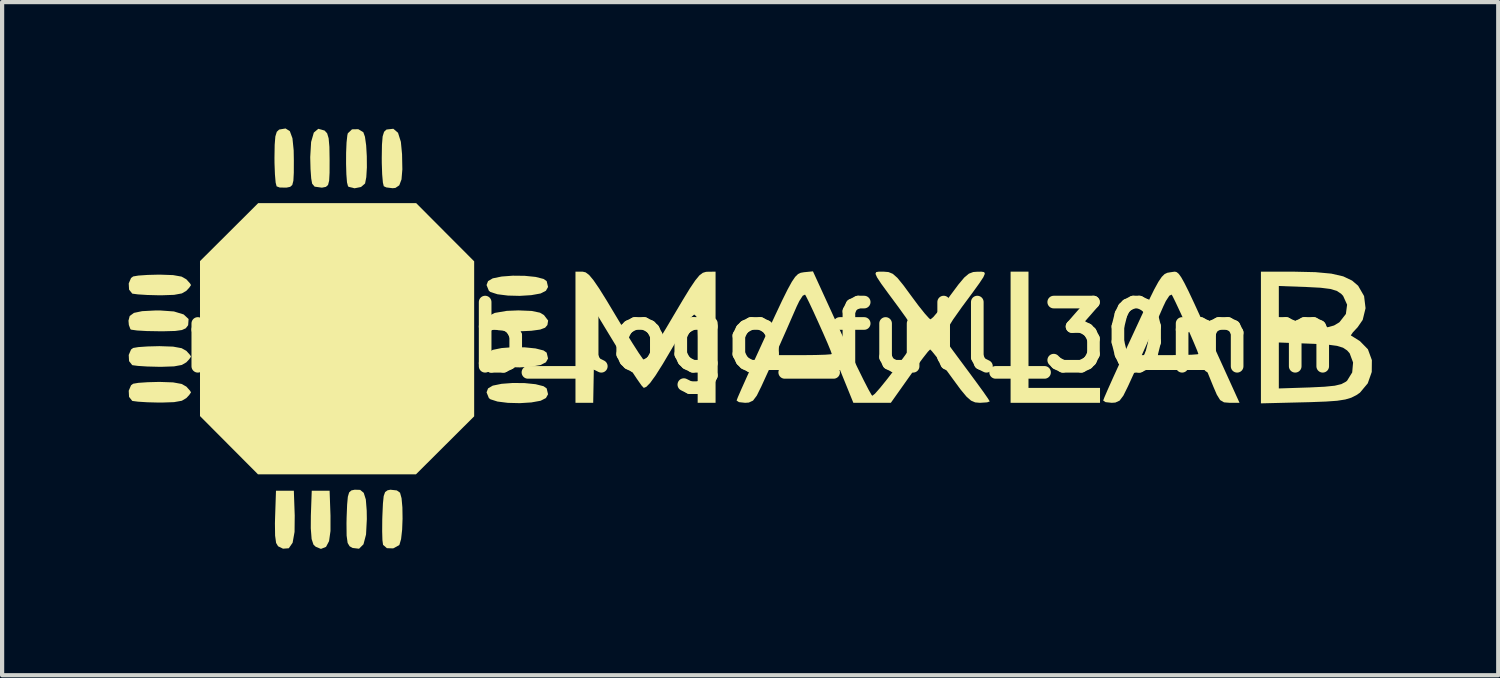
<source format=kicad_pcb>
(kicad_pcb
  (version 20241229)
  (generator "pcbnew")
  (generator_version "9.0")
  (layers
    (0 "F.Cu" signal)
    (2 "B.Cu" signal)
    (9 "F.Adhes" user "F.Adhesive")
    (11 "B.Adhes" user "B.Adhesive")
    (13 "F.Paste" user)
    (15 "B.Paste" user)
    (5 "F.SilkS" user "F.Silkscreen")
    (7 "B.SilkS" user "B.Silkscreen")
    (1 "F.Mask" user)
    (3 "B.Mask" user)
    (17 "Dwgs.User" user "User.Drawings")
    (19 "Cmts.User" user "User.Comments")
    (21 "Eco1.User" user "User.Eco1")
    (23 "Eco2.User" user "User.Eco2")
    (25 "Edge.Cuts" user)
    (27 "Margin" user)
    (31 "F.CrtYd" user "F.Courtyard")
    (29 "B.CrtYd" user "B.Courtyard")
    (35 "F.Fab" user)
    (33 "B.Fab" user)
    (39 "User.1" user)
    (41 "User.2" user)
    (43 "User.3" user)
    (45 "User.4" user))
  (footprint "maxlab_logo_full_30mm"
    (layer "F.Cu")
    (at 14.999 4.956)
    (property "Reference" "maxlab_logo_full_30mm" (at 0 0 0) (layer "F.SilkS") (effects (font (size 1.524 1.524) (thickness 0.3))))
    (attr board_only exclude_from_pos_files exclude_from_bom)
    (fp_poly (pts (xy 6.368 1.203) (xy 8.066 1.203) (xy 8.066 1.557) (xy 5.943 1.557) (xy 5.943 -1.557) (xy 6.368 -1.557)) (stroke (width 0) (type solid)) (fill yes) (layer "F.SilkS"))
    (fp_poly (pts (xy -7.481 -2.493) (xy -6.792 -1.802) (xy -6.792 1.878) (xy -8.174 3.255) (xy -11.924 3.255) (xy -12.613 2.563) (xy -13.301 1.872) (xy -13.301 -1.807) (xy -12.61 -2.495) (xy -11.919 -3.184) (xy -8.169 -3.184)) (stroke (width 0) (type solid)) (fill yes) (layer "F.SilkS"))
    (fp_poly (pts (xy -11.052 4.234) (xy -11.056 4.622) (xy -11.102 4.879) (xy -11.193 5.01) (xy -11.33 5.02) (xy -11.447 4.963) (xy -11.494 4.884) (xy -11.518 4.709) (xy -11.522 4.418) (xy -11.518 4.275) (xy -11.497 3.644) (xy -11.073 3.644)) (stroke (width 0) (type solid)) (fill yes) (layer "F.SilkS"))
    (fp_poly (pts (xy -10.203 4.234) (xy -10.203 4.599) (xy -10.237 4.841) (xy -10.309 4.977) (xy -10.424 5.023) (xy -10.436 5.023) (xy -10.554 4.974) (xy -10.607 4.924) (xy -10.651 4.791) (xy -10.671 4.535) (xy -10.669 4.234) (xy -10.648 3.644) (xy -10.224 3.644)) (stroke (width 0) (type solid)) (fill yes) (layer "F.SilkS"))
    (fp_poly (pts (xy -5.592 -1.458) (xy -5.335 -1.432) (xy -5.145 -1.384) (xy -5.071 -1.333) (xy -5.038 -1.193) (xy -5.089 -1.103) (xy -5.214 -1.039) (xy -5.435 -0.999) (xy -5.709 -0.982) (xy -5.991 -0.989) (xy -6.238 -1.02) (xy -6.407 -1.074) (xy -6.443 -1.103) (xy -6.498 -1.239) (xy -6.462 -1.333) (xy -6.351 -1.398) (xy -6.141 -1.441) (xy -5.874 -1.461)) (stroke (width 0) (type solid)) (fill yes) (layer "F.SilkS"))
    (fp_poly (pts (xy -5.592 0.24) (xy -5.335 0.266) (xy -5.145 0.314) (xy -5.071 0.366) (xy -5.038 0.505) (xy -5.089 0.595) (xy -5.214 0.659) (xy -5.435 0.699) (xy -5.709 0.716) (xy -5.991 0.709) (xy -6.238 0.678) (xy -6.407 0.624) (xy -6.443 0.595) (xy -6.498 0.459) (xy -6.462 0.366) (xy -6.351 0.3) (xy -6.141 0.257) (xy -5.874 0.237)) (stroke (width 0) (type solid)) (fill yes) (layer "F.SilkS"))
    (fp_poly (pts (xy -5.592 1.089) (xy -5.335 1.115) (xy -5.145 1.163) (xy -5.071 1.215) (xy -5.038 1.354) (xy -5.089 1.444) (xy -5.214 1.508) (xy -5.435 1.548) (xy -5.709 1.565) (xy -5.991 1.558) (xy -6.238 1.527) (xy -6.407 1.473) (xy -6.443 1.444) (xy -6.498 1.308) (xy -6.462 1.215) (xy -6.351 1.149) (xy -6.141 1.106) (xy -5.874 1.086)) (stroke (width 0) (type solid)) (fill yes) (layer "F.SilkS"))
    (fp_poly (pts (xy -5.428 -0.624) (xy -5.23 -0.583) (xy -5.135 -0.526) (xy -5.036 -0.396) (xy -5.053 -0.291) (xy -5.108 -0.226) (xy -5.224 -0.182) (xy -5.437 -0.153) (xy -5.704 -0.141) (xy -5.98 -0.146) (xy -6.222 -0.167) (xy -6.387 -0.204) (xy -6.424 -0.226) (xy -6.515 -0.373) (xy -6.473 -0.491) (xy -6.305 -0.577) (xy -6.017 -0.626) (xy -5.741 -0.637)) (stroke (width 0) (type solid)) (fill yes) (layer "F.SilkS"))
    (fp_poly (pts (xy -9.499 3.624) (xy -9.414 3.694) (xy -9.364 3.852) (xy -9.343 4.117) (xy -9.34 4.319) (xy -9.359 4.684) (xy -9.42 4.916) (xy -9.525 5.021) (xy -9.677 5.003) (xy -9.749 4.963) (xy -9.796 4.884) (xy -9.82 4.709) (xy -9.823 4.418) (xy -9.82 4.275) (xy -9.808 3.974) (xy -9.791 3.787) (xy -9.76 3.684) (xy -9.707 3.637) (xy -9.63 3.62)) (stroke (width 0) (type solid)) (fill yes) (layer "F.SilkS"))
    (fp_poly (pts (xy -9.424 -4.868) (xy -9.385 -4.76) (xy -9.356 -4.555) (xy -9.341 -4.297) (xy -9.339 -4.031) (xy -9.353 -3.799) (xy -9.382 -3.65) (xy -9.478 -3.567) (xy -9.632 -3.536) (xy -9.77 -3.57) (xy -9.787 -3.585) (xy -9.811 -3.676) (xy -9.826 -3.867) (xy -9.833 -4.115) (xy -9.832 -4.381) (xy -9.822 -4.621) (xy -9.803 -4.794) (xy -9.792 -4.841) (xy -9.692 -4.936) (xy -9.543 -4.939)) (stroke (width 0) (type solid)) (fill yes) (layer "F.SilkS"))
    (fp_poly (pts (xy -8.6 -4.854) (xy -8.532 -4.638) (xy -8.504 -4.345) (xy -8.497 -3.986) (xy -8.517 -3.747) (xy -8.57 -3.606) (xy -8.661 -3.545) (xy -8.727 -3.538) (xy -8.876 -3.556) (xy -8.938 -3.585) (xy -8.959 -3.672) (xy -8.976 -3.866) (xy -8.985 -4.132) (xy -8.986 -4.259) (xy -8.981 -4.57) (xy -8.965 -4.767) (xy -8.931 -4.877) (xy -8.877 -4.928) (xy -8.87 -4.931) (xy -8.711 -4.949)) (stroke (width 0) (type solid)) (fill yes) (layer "F.SilkS"))
    (fp_poly (pts (xy -13.92 -0.612) (xy -13.689 -0.541) (xy -13.572 -0.432) (xy -13.582 -0.289) (xy -13.587 -0.279) (xy -13.639 -0.212) (xy -13.73 -0.171) (xy -13.888 -0.149) (xy -14.146 -0.142) (xy -14.283 -0.142) (xy -14.567 -0.147) (xy -14.795 -0.16) (xy -14.931 -0.179) (xy -14.952 -0.189) (xy -14.99 -0.291) (xy -14.999 -0.393) (xy -14.97 -0.504) (xy -14.869 -0.578) (xy -14.674 -0.619) (xy -14.365 -0.635) (xy -14.255 -0.636)) (stroke (width 0) (type solid)) (fill yes) (layer "F.SilkS"))
    (fp_poly (pts (xy -8.628 3.637) (xy -8.552 3.691) (xy -8.516 3.821) (xy -8.496 4.04) (xy -8.492 4.305) (xy -8.502 4.57) (xy -8.527 4.792) (xy -8.566 4.926) (xy -8.575 4.938) (xy -8.715 5.013) (xy -8.864 5.008) (xy -8.955 4.929) (xy -8.97 4.818) (xy -8.976 4.606) (xy -8.974 4.331) (xy -8.971 4.239) (xy -8.958 3.949) (xy -8.94 3.771) (xy -8.906 3.675) (xy -8.848 3.634) (xy -8.781 3.62)) (stroke (width 0) (type solid)) (fill yes) (layer "F.SilkS"))
    (fp_poly (pts (xy -11.168 -4.892) (xy -11.106 -4.723) (xy -11.077 -4.437) (xy -11.073 -4.202) (xy -11.074 -3.903) (xy -11.084 -3.716) (xy -11.11 -3.615) (xy -11.16 -3.57) (xy -11.242 -3.553) (xy -11.252 -3.552) (xy -11.407 -3.554) (xy -11.482 -3.582) (xy -11.505 -3.671) (xy -11.522 -3.866) (xy -11.532 -4.132) (xy -11.533 -4.259) (xy -11.528 -4.57) (xy -11.512 -4.767) (xy -11.478 -4.877) (xy -11.424 -4.928) (xy -11.417 -4.931) (xy -11.27 -4.956)) (stroke (width 0) (type solid)) (fill yes) (layer "F.SilkS"))
    (fp_poly (pts (xy -10.344 -4.907) (xy -10.342 -4.905) (xy -10.283 -4.842) (xy -10.247 -4.723) (xy -10.229 -4.519) (xy -10.224 -4.203) (xy -10.224 -4.202) (xy -10.225 -3.903) (xy -10.235 -3.716) (xy -10.261 -3.615) (xy -10.311 -3.57) (xy -10.394 -3.553) (xy -10.409 -3.551) (xy -10.58 -3.575) (xy -10.639 -3.646) (xy -10.661 -3.771) (xy -10.677 -3.992) (xy -10.684 -4.261) (xy -10.684 -4.278) (xy -10.663 -4.635) (xy -10.599 -4.858) (xy -10.493 -4.948)) (stroke (width 0) (type solid)) (fill yes) (layer "F.SilkS"))
    (fp_poly (pts (xy -13.94 -1.475) (xy -13.738 -1.439) (xy -13.625 -1.375) (xy -13.537 -1.277) (xy -13.514 -1.238) (xy -13.557 -1.175) (xy -13.625 -1.102) (xy -13.732 -1.04) (xy -13.917 -1.006) (xy -14.207 -0.996) (xy -14.279 -0.996) (xy -14.552 -1.003) (xy -14.773 -1.017) (xy -14.902 -1.034) (xy -14.911 -1.037) (xy -14.985 -1.131) (xy -14.993 -1.277) (xy -14.938 -1.406) (xy -14.888 -1.443) (xy -14.764 -1.464) (xy -14.545 -1.479) (xy -14.276 -1.486) (xy -14.256 -1.486)) (stroke (width 0) (type solid)) (fill yes) (layer "F.SilkS"))
    (fp_poly (pts (xy -13.94 0.223) (xy -13.738 0.26) (xy -13.625 0.323) (xy -13.537 0.421) (xy -13.514 0.46) (xy -13.557 0.523) (xy -13.625 0.596) (xy -13.732 0.658) (xy -13.917 0.692) (xy -14.207 0.702) (xy -14.279 0.702) (xy -14.552 0.695) (xy -14.773 0.681) (xy -14.902 0.664) (xy -14.911 0.661) (xy -14.985 0.567) (xy -14.993 0.421) (xy -14.938 0.292) (xy -14.888 0.255) (xy -14.764 0.234) (xy -14.545 0.219) (xy -14.276 0.212) (xy -14.256 0.212)) (stroke (width 0) (type solid)) (fill yes) (layer "F.SilkS"))
    (fp_poly (pts (xy -13.94 1.072) (xy -13.738 1.109) (xy -13.625 1.172) (xy -13.537 1.27) (xy -13.514 1.309) (xy -13.557 1.372) (xy -13.625 1.445) (xy -13.732 1.508) (xy -13.917 1.541) (xy -14.207 1.551) (xy -14.279 1.551) (xy -14.552 1.544) (xy -14.773 1.53) (xy -14.902 1.513) (xy -14.911 1.51) (xy -14.985 1.416) (xy -14.993 1.27) (xy -14.938 1.141) (xy -14.888 1.104) (xy -14.764 1.083) (xy -14.545 1.068) (xy -14.276 1.061) (xy -14.256 1.061)) (stroke (width 0) (type solid)) (fill yes) (layer "F.SilkS"))
    (fp_poly (pts (xy -4.146 -1.54) (xy -4.064 -1.479) (xy -3.962 -1.357) (xy -3.826 -1.159) (xy -3.645 -0.869) (xy -3.422 -0.497) (xy -3.215 -0.152) (xy -3.031 0.146) (xy -2.882 0.378) (xy -2.781 0.523) (xy -2.743 0.564) (xy -2.692 0.507) (xy -2.583 0.346) (xy -2.429 0.103) (xy -2.241 -0.205) (xy -2.071 -0.493) (xy -1.842 -0.879) (xy -1.671 -1.159) (xy -1.542 -1.35) (xy -1.445 -1.468) (xy -1.365 -1.529) (xy -1.29 -1.552) (xy -1.256 -1.554) (xy -1.061 -1.557) (xy -1.061 1.557) (xy -1.486 1.557) (xy -1.486 0.445) (xy -1.486 -0.005) (xy -1.493 -0.317) (xy -1.517 -0.494) (xy -1.569 -0.539) (xy -1.658 -0.457) (xy -1.794 -0.249) (xy -1.987 0.08) (xy -2.085 0.248) (xy -2.313 0.634) (xy -2.486 0.908) (xy -2.614 1.085) (xy -2.705 1.178) (xy -2.765 1.203) (xy -2.819 1.145) (xy -2.93 0.987) (xy -3.087 0.75) (xy -3.273 0.453) (xy -3.373 0.289) (xy -3.927 -0.624) (xy -3.946 0.466) (xy -3.966 1.557) (xy -4.387 1.557) (xy -4.387 -1.557) (xy -4.218 -1.557)) (stroke (width 0) (type solid)) (fill yes) (layer "F.SilkS"))
    (fp_poly (pts (xy 9.887 -1.545) (xy 9.935 -1.505) (xy 9.993 -1.424) (xy 10.069 -1.289) (xy 10.17 -1.087) (xy 10.302 -0.806) (xy 10.473 -0.433) (xy 10.69 0.044) (xy 10.936 0.584) (xy 11.378 1.557) (xy 11.145 1.557) (xy 11.01 1.546) (xy 10.918 1.492) (xy 10.839 1.364) (xy 10.754 1.167) (xy 10.596 0.778) (xy 8.907 0.778) (xy 8.729 1.167) (xy 8.62 1.387) (xy 8.531 1.505) (xy 8.43 1.551) (xy 8.344 1.557) (xy 8.198 1.541) (xy 8.141 1.503) (xy 8.17 1.427) (xy 8.251 1.24) (xy 8.375 0.963) (xy 8.534 0.614) (xy 8.62 0.425) (xy 9.058 0.425) (xy 9.729 0.425) (xy 10.018 0.422) (xy 10.244 0.415) (xy 10.378 0.405) (xy 10.401 0.398) (xy 10.373 0.318) (xy 10.3 0.143) (xy 10.198 -0.093) (xy 10.08 -0.356) (xy 9.962 -0.613) (xy 9.86 -0.83) (xy 9.789 -0.974) (xy 9.766 -1.012) (xy 9.712 -0.986) (xy 9.629 -0.859) (xy 9.567 -0.729) (xy 9.452 -0.466) (xy 9.317 -0.159) (xy 9.239 0.018) (xy 9.058 0.425) (xy 8.62 0.425) (xy 8.718 0.211) (xy 8.832 -0.035) (xy 9.052 -0.51) (xy 9.223 -0.871) (xy 9.353 -1.135) (xy 9.453 -1.317) (xy 9.532 -1.433) (xy 9.599 -1.499) (xy 9.664 -1.53) (xy 9.735 -1.542) (xy 9.736 -1.542) (xy 9.795 -1.551) (xy 9.843 -1.557)) (stroke (width 0) (type solid)) (fill yes) (layer "F.SilkS"))
    (fp_poly (pts (xy 12.682 -1.556) (xy 13.178 -1.545) (xy 13.557 -1.51) (xy 13.84 -1.445) (xy 14.05 -1.345) (xy 14.194 -1.222) (xy 14.335 -0.977) (xy 14.37 -0.689) (xy 14.302 -0.411) (xy 14.182 -0.237) (xy 14.069 -0.116) (xy 14.021 -0.046) (xy 14.022 -0.042) (xy 14.091 0.001) (xy 14.228 0.087) (xy 14.235 0.091) (xy 14.426 0.286) (xy 14.52 0.543) (xy 14.517 0.825) (xy 14.422 1.095) (xy 14.236 1.317) (xy 14.15 1.376) (xy 14.03 1.436) (xy 13.889 1.478) (xy 13.698 1.508) (xy 13.431 1.527) (xy 13.06 1.541) (xy 12.895 1.545) (xy 11.886 1.57) (xy 11.886 0.125) (xy 12.311 0.125) (xy 12.311 1.216) (xy 13.047 1.192) (xy 13.398 1.175) (xy 13.638 1.151) (xy 13.796 1.113) (xy 13.903 1.056) (xy 13.931 1.033) (xy 14.053 0.836) (xy 14.074 0.6) (xy 13.993 0.382) (xy 13.932 0.313) (xy 13.836 0.249) (xy 13.693 0.205) (xy 13.476 0.176) (xy 13.155 0.157) (xy 13.048 0.153) (xy 12.311 0.125) (xy 11.886 0.125) (xy 11.886 -1.216) (xy 12.311 -1.216) (xy 12.311 -0.212) (xy 12.938 -0.212) (xy 13.258 -0.217) (xy 13.474 -0.238) (xy 13.622 -0.279) (xy 13.739 -0.349) (xy 13.752 -0.359) (xy 13.903 -0.552) (xy 13.932 -0.773) (xy 13.837 -0.982) (xy 13.789 -1.033) (xy 13.685 -1.101) (xy 13.533 -1.146) (xy 13.301 -1.175) (xy 12.976 -1.192) (xy 12.311 -1.216) (xy 11.886 -1.216) (xy 11.886 -1.557)) (stroke (width 0) (type solid)) (fill yes) (layer "F.SilkS"))
    (fp_poly (pts (xy 1.924 -0.095) (xy 2.12 0.325) (xy 2.298 0.701) (xy 2.451 1.012) (xy 2.569 1.241) (xy 2.642 1.369) (xy 2.661 1.39) (xy 2.722 1.342) (xy 2.847 1.2) (xy 3.019 0.987) (xy 3.22 0.725) (xy 3.433 0.436) (xy 3.641 0.142) (xy 3.708 0.044) (xy 3.706 -0.045) (xy 3.625 -0.212) (xy 3.459 -0.466) (xy 3.28 -0.715) (xy 3.038 -1.042) (xy 2.871 -1.271) (xy 2.773 -1.42) (xy 2.735 -1.506) (xy 2.752 -1.546) (xy 2.815 -1.557) (xy 2.917 -1.557) (xy 2.925 -1.557) (xy 3.045 -1.547) (xy 3.147 -1.505) (xy 3.256 -1.409) (xy 3.397 -1.236) (xy 3.577 -0.991) (xy 3.756 -0.75) (xy 3.907 -0.561) (xy 4.011 -0.446) (xy 4.043 -0.425) (xy 4.107 -0.478) (xy 4.231 -0.623) (xy 4.396 -0.834) (xy 4.509 -0.989) (xy 4.704 -1.251) (xy 4.843 -1.417) (xy 4.953 -1.509) (xy 5.056 -1.548) (xy 5.151 -1.555) (xy 5.252 -1.556) (xy 5.315 -1.546) (xy 5.332 -1.508) (xy 5.296 -1.424) (xy 5.199 -1.278) (xy 5.035 -1.051) (xy 4.795 -0.727) (xy 4.793 -0.725) (xy 4.576 -0.418) (xy 4.43 -0.181) (xy 4.361 -0.028) (xy 4.361 0.018) (xy 4.422 0.107) (xy 4.549 0.283) (xy 4.725 0.521) (xy 4.929 0.796) (xy 4.931 0.798) (xy 5.129 1.067) (xy 5.293 1.292) (xy 5.404 1.452) (xy 5.448 1.523) (xy 5.448 1.524) (xy 5.386 1.546) (xy 5.234 1.556) (xy 5.213 1.557) (xy 5.102 1.547) (xy 5.004 1.505) (xy 4.897 1.411) (xy 4.758 1.244) (xy 4.566 0.983) (xy 4.523 0.924) (xy 4.337 0.669) (xy 4.181 0.463) (xy 4.073 0.329) (xy 4.033 0.29) (xy 3.98 0.344) (xy 3.865 0.49) (xy 3.705 0.706) (xy 3.549 0.923) (xy 3.1 1.557) (xy 2.21 1.557) (xy 2.052 1.167) (xy 1.894 0.778) (xy 0.204 0.778) (xy 0.026 1.167) (xy -0.083 1.387) (xy -0.172 1.505) (xy -0.272 1.551) (xy -0.359 1.557) (xy -0.505 1.541) (xy -0.562 1.503) (xy -0.533 1.427) (xy -0.452 1.24) (xy -0.328 0.963) (xy -0.17 0.614) (xy -0.083 0.425) (xy 0.356 0.425) (xy 1.027 0.425) (xy 1.315 0.422) (xy 1.542 0.415) (xy 1.675 0.405) (xy 1.698 0.398) (xy 1.67 0.318) (xy 1.598 0.143) (xy 1.495 -0.093) (xy 1.377 -0.356) (xy 1.26 -0.613) (xy 1.158 -0.83) (xy 1.086 -0.974) (xy 1.063 -1.012) (xy 1.009 -0.986) (xy 0.927 -0.859) (xy 0.864 -0.729) (xy 0.749 -0.466) (xy 0.615 -0.159) (xy 0.536 0.018) (xy 0.356 0.425) (xy -0.083 0.425) (xy 0.015 0.211) (xy 0.128 -0.035) (xy 0.349 -0.51) (xy 0.519 -0.871) (xy 0.65 -1.135) (xy 0.75 -1.317) (xy 0.829 -1.433) (xy 0.896 -1.499) (xy 0.96 -1.53) (xy 1.032 -1.542) (xy 1.034 -1.543) (xy 1.251 -1.564)) (stroke (width 0) (type solid)) (fill yes) (layer "F.SilkS")))
  (gr_rect
    (start -3 -3)
    (end 32.519 12.98)
    (stroke (width 0.1) (type default))
    (fill no)
    (layer "Edge.Cuts")))
</source>
